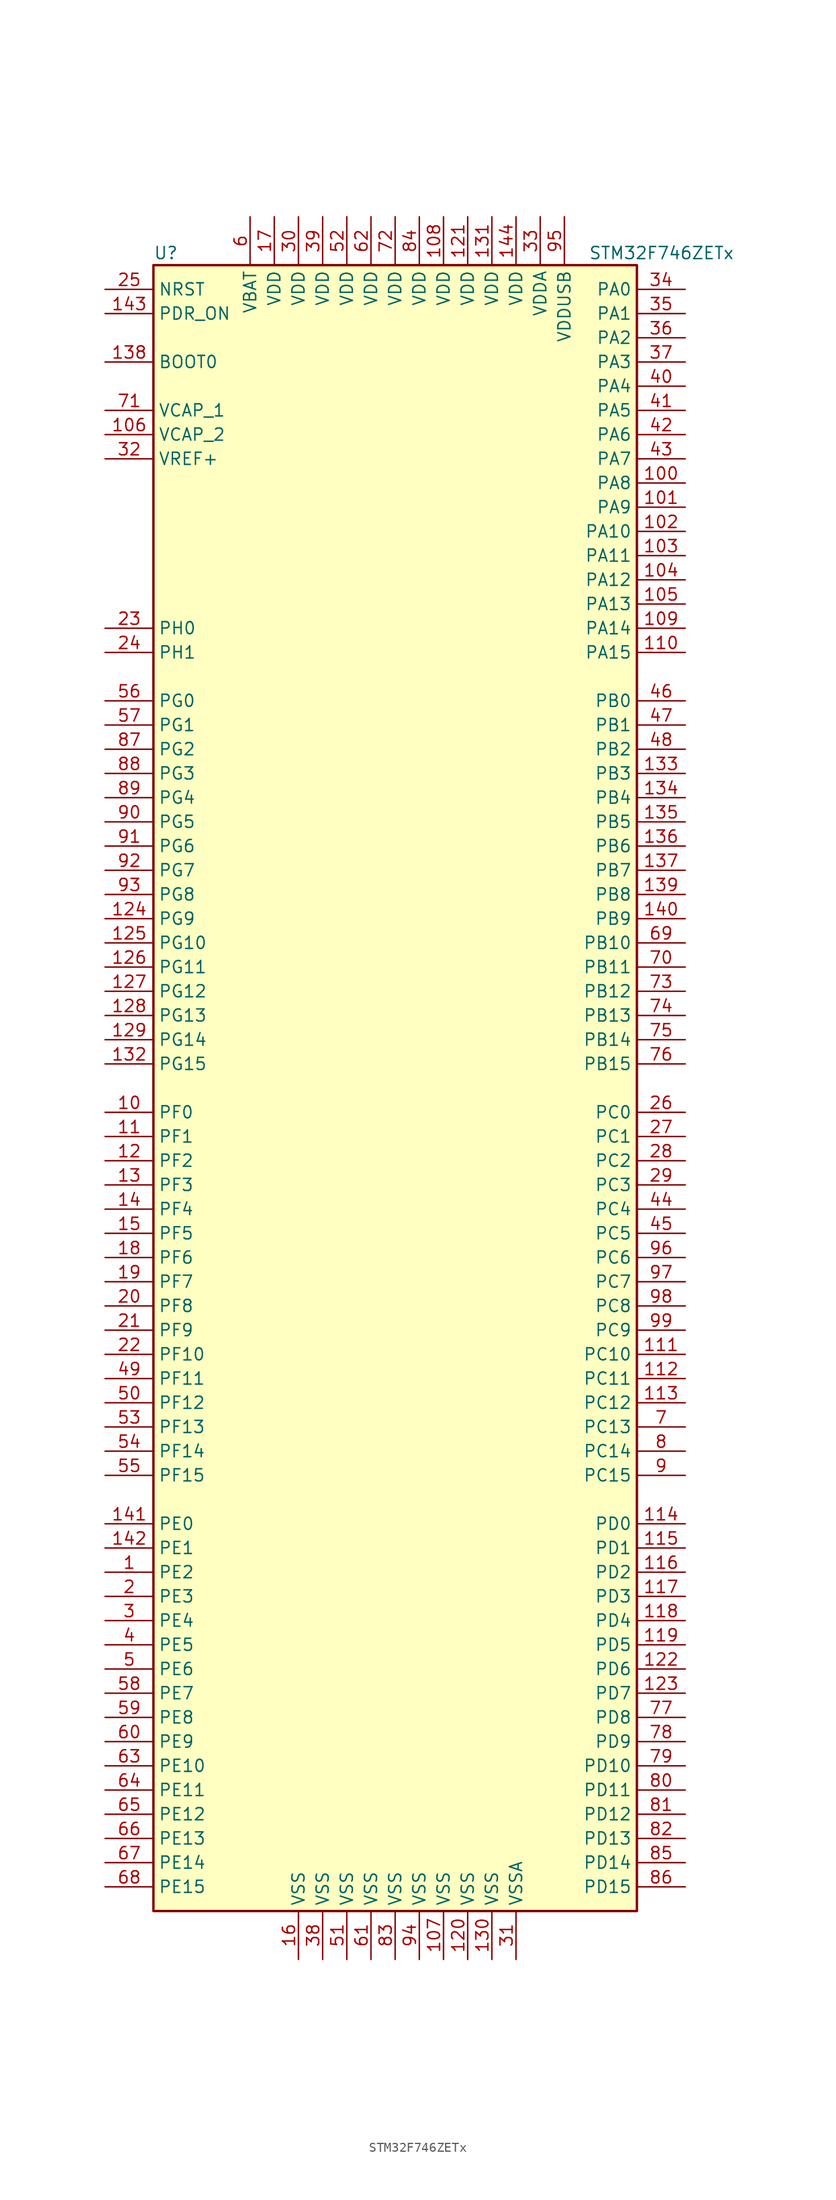
<source format=kicad_sym>
(kicad_symbol_lib
  (version 20201005)
  (generator kicad_symbol_editor)
  (symbol "STM32F746ZETx"
    (property "Reference" "U"
      (at -25.4 87.63 0)
      (effects (font (size 1.27 1.27)) (justify left)))
    (property "Value" "STM32F746ZETx"
      (at 20.32 87.63 0)
      (effects (font (size 1.27 1.27)) (justify left)))
    (symbol "STM32F746ZETx_0_1"
      (rectangle (start -25.4 -86.36) (end 25.4 86.36) (stroke (width 0.254)) (fill (type background))))
    (symbol "STM32F746ZETx_1_1"
      (pin bidirectional line (at -30.48 -50.8 0) (length 5.08) (name "PE2" (effects (font (size 1.27 1.27)))) (number "1" (effects (font (size 1.27 1.27)))))
      (pin bidirectional line (at -30.48 -2.54 0) (length 5.08) (name "PF0" (effects (font (size 1.27 1.27)))) (number "10" (effects (font (size 1.27 1.27)))))
      (pin bidirectional line (at 30.48 63.5 180) (length 5.08) (name "PA8" (effects (font (size 1.27 1.27)))) (number "100" (effects (font (size 1.27 1.27)))))
      (pin bidirectional line (at 30.48 60.96 180) (length 5.08) (name "PA9" (effects (font (size 1.27 1.27)))) (number "101" (effects (font (size 1.27 1.27)))))
      (pin bidirectional line (at 30.48 58.42 180) (length 5.08) (name "PA10" (effects (font (size 1.27 1.27)))) (number "102" (effects (font (size 1.27 1.27)))))
      (pin bidirectional line (at 30.48 55.88 180) (length 5.08) (name "PA11" (effects (font (size 1.27 1.27)))) (number "103" (effects (font (size 1.27 1.27)))))
      (pin bidirectional line (at 30.48 53.34 180) (length 5.08) (name "PA12" (effects (font (size 1.27 1.27)))) (number "104" (effects (font (size 1.27 1.27)))))
      (pin bidirectional line (at 30.48 50.8 180) (length 5.08) (name "PA13" (effects (font (size 1.27 1.27)))) (number "105" (effects (font (size 1.27 1.27)))))
      (pin power_in line (at -30.48 68.58 0) (length 5.08) (name "VCAP_2" (effects (font (size 1.27 1.27)))) (number "106" (effects (font (size 1.27 1.27)))))
      (pin power_in line (at 5.08 -91.44 90) (length 5.08) (name "VSS" (effects (font (size 1.27 1.27)))) (number "107" (effects (font (size 1.27 1.27)))))
      (pin power_in line (at 5.08 91.44 270) (length 5.08) (name "VDD" (effects (font (size 1.27 1.27)))) (number "108" (effects (font (size 1.27 1.27)))))
      (pin bidirectional line (at 30.48 48.26 180) (length 5.08) (name "PA14" (effects (font (size 1.27 1.27)))) (number "109" (effects (font (size 1.27 1.27)))))
      (pin bidirectional line (at -30.48 -5.08 0) (length 5.08) (name "PF1" (effects (font (size 1.27 1.27)))) (number "11" (effects (font (size 1.27 1.27)))))
      (pin bidirectional line (at 30.48 45.72 180) (length 5.08) (name "PA15" (effects (font (size 1.27 1.27)))) (number "110" (effects (font (size 1.27 1.27)))))
      (pin bidirectional line (at 30.48 -27.94 180) (length 5.08) (name "PC10" (effects (font (size 1.27 1.27)))) (number "111" (effects (font (size 1.27 1.27)))))
      (pin bidirectional line (at 30.48 -30.48 180) (length 5.08) (name "PC11" (effects (font (size 1.27 1.27)))) (number "112" (effects (font (size 1.27 1.27)))))
      (pin bidirectional line (at 30.48 -33.02 180) (length 5.08) (name "PC12" (effects (font (size 1.27 1.27)))) (number "113" (effects (font (size 1.27 1.27)))))
      (pin bidirectional line (at 30.48 -45.72 180) (length 5.08) (name "PD0" (effects (font (size 1.27 1.27)))) (number "114" (effects (font (size 1.27 1.27)))))
      (pin bidirectional line (at 30.48 -48.26 180) (length 5.08) (name "PD1" (effects (font (size 1.27 1.27)))) (number "115" (effects (font (size 1.27 1.27)))))
      (pin bidirectional line (at 30.48 -50.8 180) (length 5.08) (name "PD2" (effects (font (size 1.27 1.27)))) (number "116" (effects (font (size 1.27 1.27)))))
      (pin bidirectional line (at 30.48 -53.34 180) (length 5.08) (name "PD3" (effects (font (size 1.27 1.27)))) (number "117" (effects (font (size 1.27 1.27)))))
      (pin bidirectional line (at 30.48 -55.88 180) (length 5.08) (name "PD4" (effects (font (size 1.27 1.27)))) (number "118" (effects (font (size 1.27 1.27)))))
      (pin bidirectional line (at 30.48 -58.42 180) (length 5.08) (name "PD5" (effects (font (size 1.27 1.27)))) (number "119" (effects (font (size 1.27 1.27)))))
      (pin bidirectional line (at -30.48 -7.62 0) (length 5.08) (name "PF2" (effects (font (size 1.27 1.27)))) (number "12" (effects (font (size 1.27 1.27)))))
      (pin power_in line (at 7.62 -91.44 90) (length 5.08) (name "VSS" (effects (font (size 1.27 1.27)))) (number "120" (effects (font (size 1.27 1.27)))))
      (pin power_in line (at 7.62 91.44 270) (length 5.08) (name "VDD" (effects (font (size 1.27 1.27)))) (number "121" (effects (font (size 1.27 1.27)))))
      (pin bidirectional line (at 30.48 -60.96 180) (length 5.08) (name "PD6" (effects (font (size 1.27 1.27)))) (number "122" (effects (font (size 1.27 1.27)))))
      (pin bidirectional line (at 30.48 -63.5 180) (length 5.08) (name "PD7" (effects (font (size 1.27 1.27)))) (number "123" (effects (font (size 1.27 1.27)))))
      (pin bidirectional line (at -30.48 17.78 0) (length 5.08) (name "PG9" (effects (font (size 1.27 1.27)))) (number "124" (effects (font (size 1.27 1.27)))))
      (pin bidirectional line (at -30.48 15.24 0) (length 5.08) (name "PG10" (effects (font (size 1.27 1.27)))) (number "125" (effects (font (size 1.27 1.27)))))
      (pin bidirectional line (at -30.48 12.7 0) (length 5.08) (name "PG11" (effects (font (size 1.27 1.27)))) (number "126" (effects (font (size 1.27 1.27)))))
      (pin bidirectional line (at -30.48 10.16 0) (length 5.08) (name "PG12" (effects (font (size 1.27 1.27)))) (number "127" (effects (font (size 1.27 1.27)))))
      (pin bidirectional line (at -30.48 7.62 0) (length 5.08) (name "PG13" (effects (font (size 1.27 1.27)))) (number "128" (effects (font (size 1.27 1.27)))))
      (pin bidirectional line (at -30.48 5.08 0) (length 5.08) (name "PG14" (effects (font (size 1.27 1.27)))) (number "129" (effects (font (size 1.27 1.27)))))
      (pin bidirectional line (at -30.48 -10.16 0) (length 5.08) (name "PF3" (effects (font (size 1.27 1.27)))) (number "13" (effects (font (size 1.27 1.27)))))
      (pin power_in line (at 10.16 -91.44 90) (length 5.08) (name "VSS" (effects (font (size 1.27 1.27)))) (number "130" (effects (font (size 1.27 1.27)))))
      (pin power_in line (at 10.16 91.44 270) (length 5.08) (name "VDD" (effects (font (size 1.27 1.27)))) (number "131" (effects (font (size 1.27 1.27)))))
      (pin bidirectional line (at -30.48 2.54 0) (length 5.08) (name "PG15" (effects (font (size 1.27 1.27)))) (number "132" (effects (font (size 1.27 1.27)))))
      (pin bidirectional line (at 30.48 33.02 180) (length 5.08) (name "PB3" (effects (font (size 1.27 1.27)))) (number "133" (effects (font (size 1.27 1.27)))))
      (pin bidirectional line (at 30.48 30.48 180) (length 5.08) (name "PB4" (effects (font (size 1.27 1.27)))) (number "134" (effects (font (size 1.27 1.27)))))
      (pin bidirectional line (at 30.48 27.94 180) (length 5.08) (name "PB5" (effects (font (size 1.27 1.27)))) (number "135" (effects (font (size 1.27 1.27)))))
      (pin bidirectional line (at 30.48 25.4 180) (length 5.08) (name "PB6" (effects (font (size 1.27 1.27)))) (number "136" (effects (font (size 1.27 1.27)))))
      (pin bidirectional line (at 30.48 22.86 180) (length 5.08) (name "PB7" (effects (font (size 1.27 1.27)))) (number "137" (effects (font (size 1.27 1.27)))))
      (pin input line (at -30.48 76.2 0) (length 5.08) (name "BOOT0" (effects (font (size 1.27 1.27)))) (number "138" (effects (font (size 1.27 1.27)))))
      (pin bidirectional line (at 30.48 20.32 180) (length 5.08) (name "PB8" (effects (font (size 1.27 1.27)))) (number "139" (effects (font (size 1.27 1.27)))))
      (pin bidirectional line (at -30.48 -12.7 0) (length 5.08) (name "PF4" (effects (font (size 1.27 1.27)))) (number "14" (effects (font (size 1.27 1.27)))))
      (pin bidirectional line (at 30.48 17.78 180) (length 5.08) (name "PB9" (effects (font (size 1.27 1.27)))) (number "140" (effects (font (size 1.27 1.27)))))
      (pin bidirectional line (at -30.48 -45.72 0) (length 5.08) (name "PE0" (effects (font (size 1.27 1.27)))) (number "141" (effects (font (size 1.27 1.27)))))
      (pin bidirectional line (at -30.48 -48.26 0) (length 5.08) (name "PE1" (effects (font (size 1.27 1.27)))) (number "142" (effects (font (size 1.27 1.27)))))
      (pin input line (at -30.48 81.28 0) (length 5.08) (name "PDR_ON" (effects (font (size 1.27 1.27)))) (number "143" (effects (font (size 1.27 1.27)))))
      (pin power_in line (at 12.7 91.44 270) (length 5.08) (name "VDD" (effects (font (size 1.27 1.27)))) (number "144" (effects (font (size 1.27 1.27)))))
      (pin bidirectional line (at -30.48 -15.24 0) (length 5.08) (name "PF5" (effects (font (size 1.27 1.27)))) (number "15" (effects (font (size 1.27 1.27)))))
      (pin power_in line (at -10.16 -91.44 90) (length 5.08) (name "VSS" (effects (font (size 1.27 1.27)))) (number "16" (effects (font (size 1.27 1.27)))))
      (pin power_in line (at -12.7 91.44 270) (length 5.08) (name "VDD" (effects (font (size 1.27 1.27)))) (number "17" (effects (font (size 1.27 1.27)))))
      (pin bidirectional line (at -30.48 -17.78 0) (length 5.08) (name "PF6" (effects (font (size 1.27 1.27)))) (number "18" (effects (font (size 1.27 1.27)))))
      (pin bidirectional line (at -30.48 -20.32 0) (length 5.08) (name "PF7" (effects (font (size 1.27 1.27)))) (number "19" (effects (font (size 1.27 1.27)))))
      (pin bidirectional line (at -30.48 -53.34 0) (length 5.08) (name "PE3" (effects (font (size 1.27 1.27)))) (number "2" (effects (font (size 1.27 1.27)))))
      (pin bidirectional line (at -30.48 -22.86 0) (length 5.08) (name "PF8" (effects (font (size 1.27 1.27)))) (number "20" (effects (font (size 1.27 1.27)))))
      (pin bidirectional line (at -30.48 -25.4 0) (length 5.08) (name "PF9" (effects (font (size 1.27 1.27)))) (number "21" (effects (font (size 1.27 1.27)))))
      (pin bidirectional line (at -30.48 -27.94 0) (length 5.08) (name "PF10" (effects (font (size 1.27 1.27)))) (number "22" (effects (font (size 1.27 1.27)))))
      (pin input line (at -30.48 48.26 0) (length 5.08) (name "PH0" (effects (font (size 1.27 1.27)))) (number "23" (effects (font (size 1.27 1.27)))))
      (pin input line (at -30.48 45.72 0) (length 5.08) (name "PH1" (effects (font (size 1.27 1.27)))) (number "24" (effects (font (size 1.27 1.27)))))
      (pin input line (at -30.48 83.82 0) (length 5.08) (name "NRST" (effects (font (size 1.27 1.27)))) (number "25" (effects (font (size 1.27 1.27)))))
      (pin bidirectional line (at 30.48 -2.54 180) (length 5.08) (name "PC0" (effects (font (size 1.27 1.27)))) (number "26" (effects (font (size 1.27 1.27)))))
      (pin bidirectional line (at 30.48 -5.08 180) (length 5.08) (name "PC1" (effects (font (size 1.27 1.27)))) (number "27" (effects (font (size 1.27 1.27)))))
      (pin bidirectional line (at 30.48 -7.62 180) (length 5.08) (name "PC2" (effects (font (size 1.27 1.27)))) (number "28" (effects (font (size 1.27 1.27)))))
      (pin bidirectional line (at 30.48 -10.16 180) (length 5.08) (name "PC3" (effects (font (size 1.27 1.27)))) (number "29" (effects (font (size 1.27 1.27)))))
      (pin bidirectional line (at -30.48 -55.88 0) (length 5.08) (name "PE4" (effects (font (size 1.27 1.27)))) (number "3" (effects (font (size 1.27 1.27)))))
      (pin power_in line (at -10.16 91.44 270) (length 5.08) (name "VDD" (effects (font (size 1.27 1.27)))) (number "30" (effects (font (size 1.27 1.27)))))
      (pin power_in line (at 12.7 -91.44 90) (length 5.08) (name "VSSA" (effects (font (size 1.27 1.27)))) (number "31" (effects (font (size 1.27 1.27)))))
      (pin power_in line (at -30.48 66.04 0) (length 5.08) (name "VREF+" (effects (font (size 1.27 1.27)))) (number "32" (effects (font (size 1.27 1.27)))))
      (pin power_in line (at 15.24 91.44 270) (length 5.08) (name "VDDA" (effects (font (size 1.27 1.27)))) (number "33" (effects (font (size 1.27 1.27)))))
      (pin bidirectional line (at 30.48 83.82 180) (length 5.08) (name "PA0" (effects (font (size 1.27 1.27)))) (number "34" (effects (font (size 1.27 1.27)))))
      (pin bidirectional line (at 30.48 81.28 180) (length 5.08) (name "PA1" (effects (font (size 1.27 1.27)))) (number "35" (effects (font (size 1.27 1.27)))))
      (pin bidirectional line (at 30.48 78.74 180) (length 5.08) (name "PA2" (effects (font (size 1.27 1.27)))) (number "36" (effects (font (size 1.27 1.27)))))
      (pin bidirectional line (at 30.48 76.2 180) (length 5.08) (name "PA3" (effects (font (size 1.27 1.27)))) (number "37" (effects (font (size 1.27 1.27)))))
      (pin power_in line (at -7.62 -91.44 90) (length 5.08) (name "VSS" (effects (font (size 1.27 1.27)))) (number "38" (effects (font (size 1.27 1.27)))))
      (pin power_in line (at -7.62 91.44 270) (length 5.08) (name "VDD" (effects (font (size 1.27 1.27)))) (number "39" (effects (font (size 1.27 1.27)))))
      (pin bidirectional line (at -30.48 -58.42 0) (length 5.08) (name "PE5" (effects (font (size 1.27 1.27)))) (number "4" (effects (font (size 1.27 1.27)))))
      (pin bidirectional line (at 30.48 73.66 180) (length 5.08) (name "PA4" (effects (font (size 1.27 1.27)))) (number "40" (effects (font (size 1.27 1.27)))))
      (pin bidirectional line (at 30.48 71.12 180) (length 5.08) (name "PA5" (effects (font (size 1.27 1.27)))) (number "41" (effects (font (size 1.27 1.27)))))
      (pin bidirectional line (at 30.48 68.58 180) (length 5.08) (name "PA6" (effects (font (size 1.27 1.27)))) (number "42" (effects (font (size 1.27 1.27)))))
      (pin bidirectional line (at 30.48 66.04 180) (length 5.08) (name "PA7" (effects (font (size 1.27 1.27)))) (number "43" (effects (font (size 1.27 1.27)))))
      (pin bidirectional line (at 30.48 -12.7 180) (length 5.08) (name "PC4" (effects (font (size 1.27 1.27)))) (number "44" (effects (font (size 1.27 1.27)))))
      (pin bidirectional line (at 30.48 -15.24 180) (length 5.08) (name "PC5" (effects (font (size 1.27 1.27)))) (number "45" (effects (font (size 1.27 1.27)))))
      (pin bidirectional line (at 30.48 40.64 180) (length 5.08) (name "PB0" (effects (font (size 1.27 1.27)))) (number "46" (effects (font (size 1.27 1.27)))))
      (pin bidirectional line (at 30.48 38.1 180) (length 5.08) (name "PB1" (effects (font (size 1.27 1.27)))) (number "47" (effects (font (size 1.27 1.27)))))
      (pin bidirectional line (at 30.48 35.56 180) (length 5.08) (name "PB2" (effects (font (size 1.27 1.27)))) (number "48" (effects (font (size 1.27 1.27)))))
      (pin bidirectional line (at -30.48 -30.48 0) (length 5.08) (name "PF11" (effects (font (size 1.27 1.27)))) (number "49" (effects (font (size 1.27 1.27)))))
      (pin bidirectional line (at -30.48 -60.96 0) (length 5.08) (name "PE6" (effects (font (size 1.27 1.27)))) (number "5" (effects (font (size 1.27 1.27)))))
      (pin bidirectional line (at -30.48 -33.02 0) (length 5.08) (name "PF12" (effects (font (size 1.27 1.27)))) (number "50" (effects (font (size 1.27 1.27)))))
      (pin power_in line (at -5.08 -91.44 90) (length 5.08) (name "VSS" (effects (font (size 1.27 1.27)))) (number "51" (effects (font (size 1.27 1.27)))))
      (pin power_in line (at -5.08 91.44 270) (length 5.08) (name "VDD" (effects (font (size 1.27 1.27)))) (number "52" (effects (font (size 1.27 1.27)))))
      (pin bidirectional line (at -30.48 -35.56 0) (length 5.08) (name "PF13" (effects (font (size 1.27 1.27)))) (number "53" (effects (font (size 1.27 1.27)))))
      (pin bidirectional line (at -30.48 -38.1 0) (length 5.08) (name "PF14" (effects (font (size 1.27 1.27)))) (number "54" (effects (font (size 1.27 1.27)))))
      (pin bidirectional line (at -30.48 -40.64 0) (length 5.08) (name "PF15" (effects (font (size 1.27 1.27)))) (number "55" (effects (font (size 1.27 1.27)))))
      (pin bidirectional line (at -30.48 40.64 0) (length 5.08) (name "PG0" (effects (font (size 1.27 1.27)))) (number "56" (effects (font (size 1.27 1.27)))))
      (pin bidirectional line (at -30.48 38.1 0) (length 5.08) (name "PG1" (effects (font (size 1.27 1.27)))) (number "57" (effects (font (size 1.27 1.27)))))
      (pin bidirectional line (at -30.48 -63.5 0) (length 5.08) (name "PE7" (effects (font (size 1.27 1.27)))) (number "58" (effects (font (size 1.27 1.27)))))
      (pin bidirectional line (at -30.48 -66.04 0) (length 5.08) (name "PE8" (effects (font (size 1.27 1.27)))) (number "59" (effects (font (size 1.27 1.27)))))
      (pin power_in line (at -15.24 91.44 270) (length 5.08) (name "VBAT" (effects (font (size 1.27 1.27)))) (number "6" (effects (font (size 1.27 1.27)))))
      (pin bidirectional line (at -30.48 -68.58 0) (length 5.08) (name "PE9" (effects (font (size 1.27 1.27)))) (number "60" (effects (font (size 1.27 1.27)))))
      (pin power_in line (at -2.54 -91.44 90) (length 5.08) (name "VSS" (effects (font (size 1.27 1.27)))) (number "61" (effects (font (size 1.27 1.27)))))
      (pin power_in line (at -2.54 91.44 270) (length 5.08) (name "VDD" (effects (font (size 1.27 1.27)))) (number "62" (effects (font (size 1.27 1.27)))))
      (pin bidirectional line (at -30.48 -71.12 0) (length 5.08) (name "PE10" (effects (font (size 1.27 1.27)))) (number "63" (effects (font (size 1.27 1.27)))))
      (pin bidirectional line (at -30.48 -73.66 0) (length 5.08) (name "PE11" (effects (font (size 1.27 1.27)))) (number "64" (effects (font (size 1.27 1.27)))))
      (pin bidirectional line (at -30.48 -76.2 0) (length 5.08) (name "PE12" (effects (font (size 1.27 1.27)))) (number "65" (effects (font (size 1.27 1.27)))))
      (pin bidirectional line (at -30.48 -78.74 0) (length 5.08) (name "PE13" (effects (font (size 1.27 1.27)))) (number "66" (effects (font (size 1.27 1.27)))))
      (pin bidirectional line (at -30.48 -81.28 0) (length 5.08) (name "PE14" (effects (font (size 1.27 1.27)))) (number "67" (effects (font (size 1.27 1.27)))))
      (pin bidirectional line (at -30.48 -83.82 0) (length 5.08) (name "PE15" (effects (font (size 1.27 1.27)))) (number "68" (effects (font (size 1.27 1.27)))))
      (pin bidirectional line (at 30.48 15.24 180) (length 5.08) (name "PB10" (effects (font (size 1.27 1.27)))) (number "69" (effects (font (size 1.27 1.27)))))
      (pin bidirectional line (at 30.48 -35.56 180) (length 5.08) (name "PC13" (effects (font (size 1.27 1.27)))) (number "7" (effects (font (size 1.27 1.27)))))
      (pin bidirectional line (at 30.48 12.7 180) (length 5.08) (name "PB11" (effects (font (size 1.27 1.27)))) (number "70" (effects (font (size 1.27 1.27)))))
      (pin power_in line (at -30.48 71.12 0) (length 5.08) (name "VCAP_1" (effects (font (size 1.27 1.27)))) (number "71" (effects (font (size 1.27 1.27)))))
      (pin power_in line (at 0 91.44 270) (length 5.08) (name "VDD" (effects (font (size 1.27 1.27)))) (number "72" (effects (font (size 1.27 1.27)))))
      (pin bidirectional line (at 30.48 10.16 180) (length 5.08) (name "PB12" (effects (font (size 1.27 1.27)))) (number "73" (effects (font (size 1.27 1.27)))))
      (pin bidirectional line (at 30.48 7.62 180) (length 5.08) (name "PB13" (effects (font (size 1.27 1.27)))) (number "74" (effects (font (size 1.27 1.27)))))
      (pin bidirectional line (at 30.48 5.08 180) (length 5.08) (name "PB14" (effects (font (size 1.27 1.27)))) (number "75" (effects (font (size 1.27 1.27)))))
      (pin bidirectional line (at 30.48 2.54 180) (length 5.08) (name "PB15" (effects (font (size 1.27 1.27)))) (number "76" (effects (font (size 1.27 1.27)))))
      (pin bidirectional line (at 30.48 -66.04 180) (length 5.08) (name "PD8" (effects (font (size 1.27 1.27)))) (number "77" (effects (font (size 1.27 1.27)))))
      (pin bidirectional line (at 30.48 -68.58 180) (length 5.08) (name "PD9" (effects (font (size 1.27 1.27)))) (number "78" (effects (font (size 1.27 1.27)))))
      (pin bidirectional line (at 30.48 -71.12 180) (length 5.08) (name "PD10" (effects (font (size 1.27 1.27)))) (number "79" (effects (font (size 1.27 1.27)))))
      (pin bidirectional line (at 30.48 -38.1 180) (length 5.08) (name "PC14" (effects (font (size 1.27 1.27)))) (number "8" (effects (font (size 1.27 1.27)))))
      (pin bidirectional line (at 30.48 -73.66 180) (length 5.08) (name "PD11" (effects (font (size 1.27 1.27)))) (number "80" (effects (font (size 1.27 1.27)))))
      (pin bidirectional line (at 30.48 -76.2 180) (length 5.08) (name "PD12" (effects (font (size 1.27 1.27)))) (number "81" (effects (font (size 1.27 1.27)))))
      (pin bidirectional line (at 30.48 -78.74 180) (length 5.08) (name "PD13" (effects (font (size 1.27 1.27)))) (number "82" (effects (font (size 1.27 1.27)))))
      (pin power_in line (at 0 -91.44 90) (length 5.08) (name "VSS" (effects (font (size 1.27 1.27)))) (number "83" (effects (font (size 1.27 1.27)))))
      (pin power_in line (at 2.54 91.44 270) (length 5.08) (name "VDD" (effects (font (size 1.27 1.27)))) (number "84" (effects (font (size 1.27 1.27)))))
      (pin bidirectional line (at 30.48 -81.28 180) (length 5.08) (name "PD14" (effects (font (size 1.27 1.27)))) (number "85" (effects (font (size 1.27 1.27)))))
      (pin bidirectional line (at 30.48 -83.82 180) (length 5.08) (name "PD15" (effects (font (size 1.27 1.27)))) (number "86" (effects (font (size 1.27 1.27)))))
      (pin bidirectional line (at -30.48 35.56 0) (length 5.08) (name "PG2" (effects (font (size 1.27 1.27)))) (number "87" (effects (font (size 1.27 1.27)))))
      (pin bidirectional line (at -30.48 33.02 0) (length 5.08) (name "PG3" (effects (font (size 1.27 1.27)))) (number "88" (effects (font (size 1.27 1.27)))))
      (pin bidirectional line (at -30.48 30.48 0) (length 5.08) (name "PG4" (effects (font (size 1.27 1.27)))) (number "89" (effects (font (size 1.27 1.27)))))
      (pin bidirectional line (at 30.48 -40.64 180) (length 5.08) (name "PC15" (effects (font (size 1.27 1.27)))) (number "9" (effects (font (size 1.27 1.27)))))
      (pin bidirectional line (at -30.48 27.94 0) (length 5.08) (name "PG5" (effects (font (size 1.27 1.27)))) (number "90" (effects (font (size 1.27 1.27)))))
      (pin bidirectional line (at -30.48 25.4 0) (length 5.08) (name "PG6" (effects (font (size 1.27 1.27)))) (number "91" (effects (font (size 1.27 1.27)))))
      (pin bidirectional line (at -30.48 22.86 0) (length 5.08) (name "PG7" (effects (font (size 1.27 1.27)))) (number "92" (effects (font (size 1.27 1.27)))))
      (pin bidirectional line (at -30.48 20.32 0) (length 5.08) (name "PG8" (effects (font (size 1.27 1.27)))) (number "93" (effects (font (size 1.27 1.27)))))
      (pin power_in line (at 2.54 -91.44 90) (length 5.08) (name "VSS" (effects (font (size 1.27 1.27)))) (number "94" (effects (font (size 1.27 1.27)))))
      (pin power_in line (at 17.78 91.44 270) (length 5.08) (name "VDDUSB" (effects (font (size 1.27 1.27)))) (number "95" (effects (font (size 1.27 1.27)))))
      (pin bidirectional line (at 30.48 -17.78 180) (length 5.08) (name "PC6" (effects (font (size 1.27 1.27)))) (number "96" (effects (font (size 1.27 1.27)))))
      (pin bidirectional line (at 30.48 -20.32 180) (length 5.08) (name "PC7" (effects (font (size 1.27 1.27)))) (number "97" (effects (font (size 1.27 1.27)))))
      (pin bidirectional line (at 30.48 -22.86 180) (length 5.08) (name "PC8" (effects (font (size 1.27 1.27)))) (number "98" (effects (font (size 1.27 1.27)))))
      (pin bidirectional line (at 30.48 -25.4 180) (length 5.08) (name "PC9" (effects (font (size 1.27 1.27)))) (number "99" (effects (font (size 1.27 1.27))))))))
</source>
